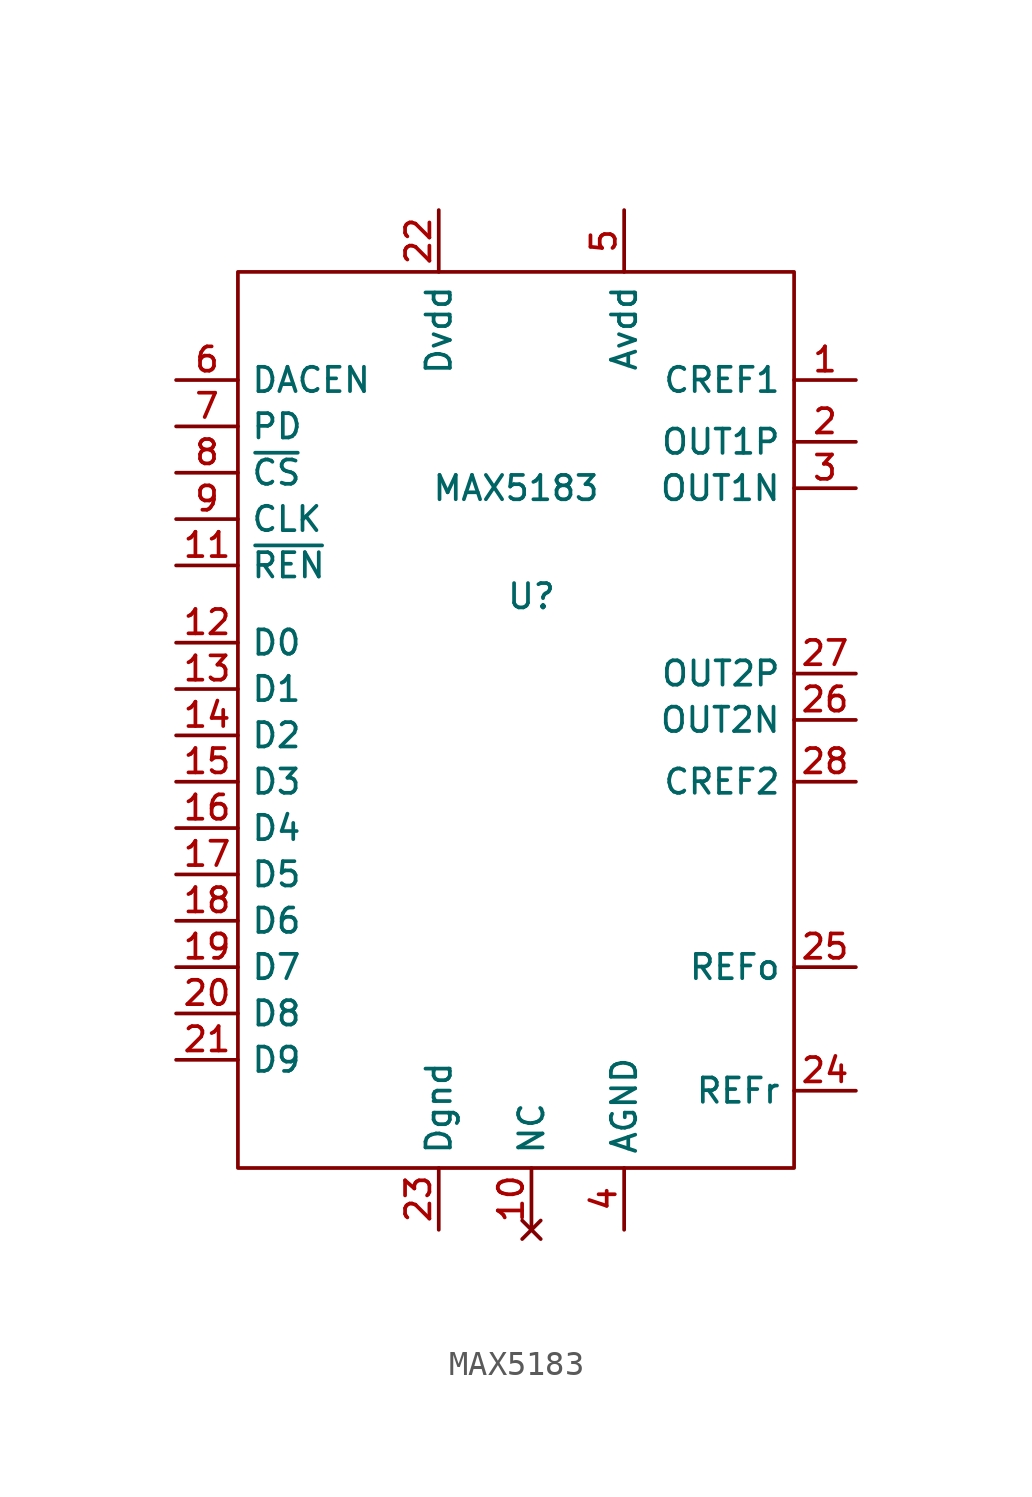
<source format=kicad_sym>
(kicad_symbol_lib
  (version 20220914)
  (generator kicad_symbol_editor)
  (symbol "MAX5183"
    (property "Reference" "U"
      (at 0 2.54 0)
      (effects (font (size 1 1))))
    (property "Value" "MAX5183"
      (at -0.635 6.985 0)
      (effects (font (size 1 1))))
    (symbol "MAX5183_0_1"
      (rectangle (start -12.065 15.875) (end 10.795 -20.955) (stroke (width 0) (type default)) (fill (type none))))
    (symbol "MAX5183_1_1"
      (pin output line (at 13.335 11.43 180) (length 2.54) (name "CREF1" (effects (font (size 1 1)))) (number "1" (effects (font (size 1 1)))))
      (pin no_connect line (at 0 -23.495 90) (length 2.54) (name "NC" (effects (font (size 1 1)))) (number "10" (effects (font (size 1 1)))))
      (pin input line (at -14.605 3.81 0) (length 2.54) (name "~{REN}" (effects (font (size 1 1)))) (number "11" (effects (font (size 1 1)))))
      (pin input line (at -14.605 0.635 0) (length 2.54) (name "D0" (effects (font (size 1 1)))) (number "12" (effects (font (size 1 1)))))
      (pin input line (at -14.605 -1.27 0) (length 2.54) (name "D1" (effects (font (size 1 1)))) (number "13" (effects (font (size 1 1)))))
      (pin input line (at -14.605 -3.175 0) (length 2.54) (name "D2" (effects (font (size 1 1)))) (number "14" (effects (font (size 1 1)))))
      (pin input line (at -14.605 -5.08 0) (length 2.54) (name "D3" (effects (font (size 1 1)))) (number "15" (effects (font (size 1 1)))))
      (pin input line (at -14.605 -6.985 0) (length 2.54) (name "D4" (effects (font (size 1 1)))) (number "16" (effects (font (size 1 1)))))
      (pin input line (at -14.605 -8.89 0) (length 2.54) (name "D5" (effects (font (size 1 1)))) (number "17" (effects (font (size 1 1)))))
      (pin input line (at -14.605 -10.795 0) (length 2.54) (name "D6" (effects (font (size 1 1)))) (number "18" (effects (font (size 1 1)))))
      (pin input line (at -14.605 -12.7 0) (length 2.54) (name "D7" (effects (font (size 1 1)))) (number "19" (effects (font (size 1 1)))))
      (pin output line (at 13.335 8.89 180) (length 2.54) (name "OUT1P" (effects (font (size 1 1)))) (number "2" (effects (font (size 1 1)))))
      (pin input line (at -14.605 -14.605 0) (length 2.54) (name "D8" (effects (font (size 1 1)))) (number "20" (effects (font (size 1 1)))))
      (pin input line (at -14.605 -16.51 0) (length 2.54) (name "D9" (effects (font (size 1 1)))) (number "21" (effects (font (size 1 1)))))
      (pin power_in line (at -3.81 18.415 270) (length 2.54) (name "Dvdd" (effects (font (size 1 1)))) (number "22" (effects (font (size 1 1)))))
      (pin power_in line (at -3.81 -23.495 90) (length 2.54) (name "Dgnd" (effects (font (size 1 1)))) (number "23" (effects (font (size 1 1)))))
      (pin input line (at 13.335 -17.78 180) (length 2.54) (name "REFr" (effects (font (size 1 1)))) (number "24" (effects (font (size 1 1)))))
      (pin output line (at 13.335 -12.7 180) (length 2.54) (name "REFo" (effects (font (size 1 1)))) (number "25" (effects (font (size 1 1)))))
      (pin output line (at 13.335 -2.54 180) (length 2.54) (name "OUT2N" (effects (font (size 1 1)))) (number "26" (effects (font (size 1 1)))))
      (pin output line (at 13.335 -0.635 180) (length 2.54) (name "OUT2P" (effects (font (size 1 1)))) (number "27" (effects (font (size 1 1)))))
      (pin output line (at 13.335 -5.08 180) (length 2.54) (name "CREF2" (effects (font (size 1 1)))) (number "28" (effects (font (size 1 1)))))
      (pin output line (at 13.335 6.985 180) (length 2.54) (name "OUT1N" (effects (font (size 1 1)))) (number "3" (effects (font (size 1 1)))))
      (pin power_in line (at 3.81 -23.495 90) (length 2.54) (name "AGND" (effects (font (size 1 1)))) (number "4" (effects (font (size 1 1)))))
      (pin power_in line (at 3.81 18.415 270) (length 2.54) (name "Avdd" (effects (font (size 1 1)))) (number "5" (effects (font (size 1 1)))))
      (pin input line (at -14.605 11.43 0) (length 2.54) (name "DACEN" (effects (font (size 1 1)))) (number "6" (effects (font (size 1 1)))))
      (pin input line (at -14.605 9.525 0) (length 2.54) (name "PD" (effects (font (size 1 1)))) (number "7" (effects (font (size 1 1)))))
      (pin input line (at -14.605 7.62 0) (length 2.54) (name "~{CS}" (effects (font (size 1 1)))) (number "8" (effects (font (size 1 1)))))
      (pin input line (at -14.605 5.715 0) (length 2.54) (name "CLK" (effects (font (size 1 1)))) (number "9" (effects (font (size 1 1))))))))
</source>
